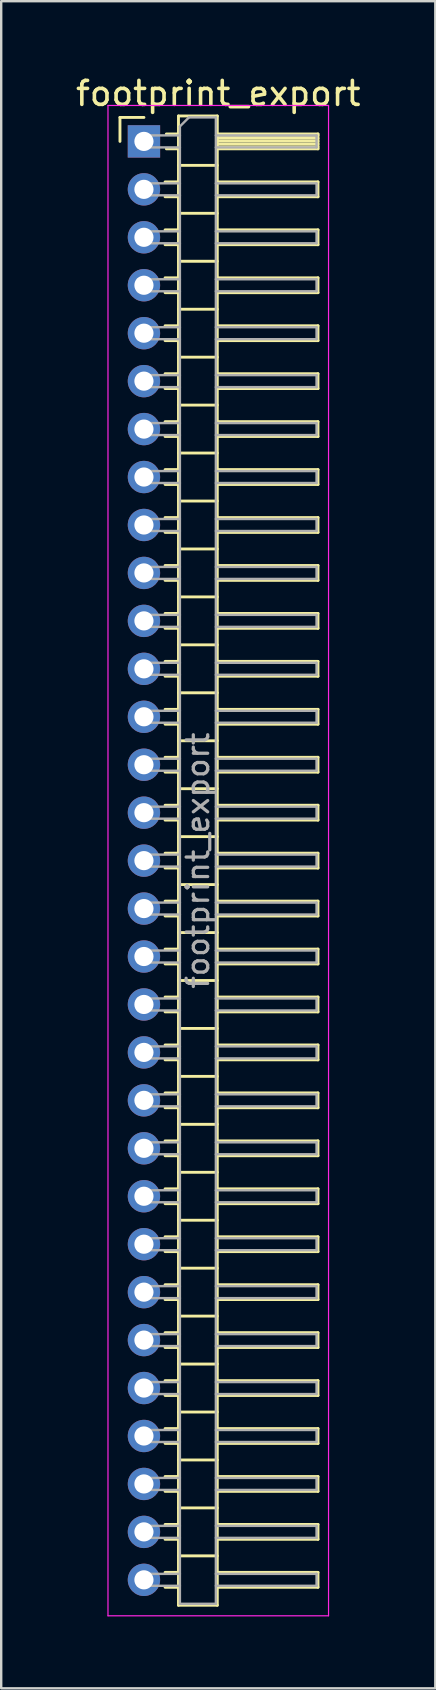
<source format=kicad_pcb>
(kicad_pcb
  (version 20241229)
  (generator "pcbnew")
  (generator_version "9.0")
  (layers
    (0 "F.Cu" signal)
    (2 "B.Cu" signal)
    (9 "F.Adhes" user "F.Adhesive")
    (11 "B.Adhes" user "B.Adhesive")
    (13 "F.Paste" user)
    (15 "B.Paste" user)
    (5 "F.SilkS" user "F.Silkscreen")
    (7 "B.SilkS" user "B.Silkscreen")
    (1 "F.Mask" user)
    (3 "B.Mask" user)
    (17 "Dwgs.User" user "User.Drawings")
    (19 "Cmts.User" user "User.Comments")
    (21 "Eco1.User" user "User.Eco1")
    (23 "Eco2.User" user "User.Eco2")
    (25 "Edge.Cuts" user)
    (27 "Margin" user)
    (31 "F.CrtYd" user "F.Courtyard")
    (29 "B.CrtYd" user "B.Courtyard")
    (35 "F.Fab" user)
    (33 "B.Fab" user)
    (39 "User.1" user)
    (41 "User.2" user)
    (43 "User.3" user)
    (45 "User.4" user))
  (footprint "footprint_export"
    (layer "F.Cu")
    (at 2.954 2.848)
    (property "Reference" "footprint_export" (at 3.1 -2 0) (layer "F.SilkS") (effects (font (size 1 1) (thickness 0.15))))
    (attr through_hole)
    (fp_line (start -1 -1) (end 0 -1) (stroke (width 0.12) (type solid)) (layer "F.SilkS"))
    (fp_line (start -1 0) (end -1 -1) (stroke (width 0.12) (type solid)) (layer "F.SilkS"))
    (fp_line (start 0.882 1.69) (end 1.44 1.69) (stroke (width 0.12) (type solid)) (layer "F.SilkS"))
    (fp_line (start 0.882 2.31) (end 1.44 2.31) (stroke (width 0.12) (type solid)) (layer "F.SilkS"))
    (fp_line (start 0.882 3.69) (end 1.44 3.69) (stroke (width 0.12) (type solid)) (layer "F.SilkS"))
    (fp_line (start 0.882 4.31) (end 1.44 4.31) (stroke (width 0.12) (type solid)) (layer "F.SilkS"))
    (fp_line (start 0.882 5.69) (end 1.44 5.69) (stroke (width 0.12) (type solid)) (layer "F.SilkS"))
    (fp_line (start 0.882 6.31) (end 1.44 6.31) (stroke (width 0.12) (type solid)) (layer "F.SilkS"))
    (fp_line (start 0.882 7.69) (end 1.44 7.69) (stroke (width 0.12) (type solid)) (layer "F.SilkS"))
    (fp_line (start 0.882 8.31) (end 1.44 8.31) (stroke (width 0.12) (type solid)) (layer "F.SilkS"))
    (fp_line (start 0.882 9.69) (end 1.44 9.69) (stroke (width 0.12) (type solid)) (layer "F.SilkS"))
    (fp_line (start 0.882 10.31) (end 1.44 10.31) (stroke (width 0.12) (type solid)) (layer "F.SilkS"))
    (fp_line (start 0.882 11.69) (end 1.44 11.69) (stroke (width 0.12) (type solid)) (layer "F.SilkS"))
    (fp_line (start 0.882 12.31) (end 1.44 12.31) (stroke (width 0.12) (type solid)) (layer "F.SilkS"))
    (fp_line (start 0.882 13.69) (end 1.44 13.69) (stroke (width 0.12) (type solid)) (layer "F.SilkS"))
    (fp_line (start 0.882 14.31) (end 1.44 14.31) (stroke (width 0.12) (type solid)) (layer "F.SilkS"))
    (fp_line (start 0.882 15.69) (end 1.44 15.69) (stroke (width 0.12) (type solid)) (layer "F.SilkS"))
    (fp_line (start 0.882 16.31) (end 1.44 16.31) (stroke (width 0.12) (type solid)) (layer "F.SilkS"))
    (fp_line (start 0.882 17.69) (end 1.44 17.69) (stroke (width 0.12) (type solid)) (layer "F.SilkS"))
    (fp_line (start 0.882 18.31) (end 1.44 18.31) (stroke (width 0.12) (type solid)) (layer "F.SilkS"))
    (fp_line (start 0.882 19.69) (end 1.44 19.69) (stroke (width 0.12) (type solid)) (layer "F.SilkS"))
    (fp_line (start 0.882 20.31) (end 1.44 20.31) (stroke (width 0.12) (type solid)) (layer "F.SilkS"))
    (fp_line (start 0.882 21.69) (end 1.44 21.69) (stroke (width 0.12) (type solid)) (layer "F.SilkS"))
    (fp_line (start 0.882 22.31) (end 1.44 22.31) (stroke (width 0.12) (type solid)) (layer "F.SilkS"))
    (fp_line (start 0.882 23.69) (end 1.44 23.69) (stroke (width 0.12) (type solid)) (layer "F.SilkS"))
    (fp_line (start 0.882 24.31) (end 1.44 24.31) (stroke (width 0.12) (type solid)) (layer "F.SilkS"))
    (fp_line (start 0.882 25.69) (end 1.44 25.69) (stroke (width 0.12) (type solid)) (layer "F.SilkS"))
    (fp_line (start 0.882 26.31) (end 1.44 26.31) (stroke (width 0.12) (type solid)) (layer "F.SilkS"))
    (fp_line (start 0.882 27.69) (end 1.44 27.69) (stroke (width 0.12) (type solid)) (layer "F.SilkS"))
    (fp_line (start 0.882 28.31) (end 1.44 28.31) (stroke (width 0.12) (type solid)) (layer "F.SilkS"))
    (fp_line (start 0.882 29.69) (end 1.44 29.69) (stroke (width 0.12) (type solid)) (layer "F.SilkS"))
    (fp_line (start 0.882 30.31) (end 1.44 30.31) (stroke (width 0.12) (type solid)) (layer "F.SilkS"))
    (fp_line (start 0.882 31.69) (end 1.44 31.69) (stroke (width 0.12) (type solid)) (layer "F.SilkS"))
    (fp_line (start 0.882 32.31) (end 1.44 32.31) (stroke (width 0.12) (type solid)) (layer "F.SilkS"))
    (fp_line (start 0.882 33.69) (end 1.44 33.69) (stroke (width 0.12) (type solid)) (layer "F.SilkS"))
    (fp_line (start 0.882 34.31) (end 1.44 34.31) (stroke (width 0.12) (type solid)) (layer "F.SilkS"))
    (fp_line (start 0.882 35.69) (end 1.44 35.69) (stroke (width 0.12) (type solid)) (layer "F.SilkS"))
    (fp_line (start 0.882 36.31) (end 1.44 36.31) (stroke (width 0.12) (type solid)) (layer "F.SilkS"))
    (fp_line (start 0.882 37.69) (end 1.44 37.69) (stroke (width 0.12) (type solid)) (layer "F.SilkS"))
    (fp_line (start 0.882 38.31) (end 1.44 38.31) (stroke (width 0.12) (type solid)) (layer "F.SilkS"))
    (fp_line (start 0.882 39.69) (end 1.44 39.69) (stroke (width 0.12) (type solid)) (layer "F.SilkS"))
    (fp_line (start 0.882 40.31) (end 1.44 40.31) (stroke (width 0.12) (type solid)) (layer "F.SilkS"))
    (fp_line (start 0.882 41.69) (end 1.44 41.69) (stroke (width 0.12) (type solid)) (layer "F.SilkS"))
    (fp_line (start 0.882 42.31) (end 1.44 42.31) (stroke (width 0.12) (type solid)) (layer "F.SilkS"))
    (fp_line (start 0.882 43.69) (end 1.44 43.69) (stroke (width 0.12) (type solid)) (layer "F.SilkS"))
    (fp_line (start 0.882 44.31) (end 1.44 44.31) (stroke (width 0.12) (type solid)) (layer "F.SilkS"))
    (fp_line (start 0.882 45.69) (end 1.44 45.69) (stroke (width 0.12) (type solid)) (layer "F.SilkS"))
    (fp_line (start 0.882 46.31) (end 1.44 46.31) (stroke (width 0.12) (type solid)) (layer "F.SilkS"))
    (fp_line (start 0.882 47.69) (end 1.44 47.69) (stroke (width 0.12) (type solid)) (layer "F.SilkS"))
    (fp_line (start 0.882 48.31) (end 1.44 48.31) (stroke (width 0.12) (type solid)) (layer "F.SilkS"))
    (fp_line (start 0.882 49.69) (end 1.44 49.69) (stroke (width 0.12) (type solid)) (layer "F.SilkS"))
    (fp_line (start 0.882 50.31) (end 1.44 50.31) (stroke (width 0.12) (type solid)) (layer "F.SilkS"))
    (fp_line (start 0.882 51.69) (end 1.44 51.69) (stroke (width 0.12) (type solid)) (layer "F.SilkS"))
    (fp_line (start 0.882 52.31) (end 1.44 52.31) (stroke (width 0.12) (type solid)) (layer "F.SilkS"))
    (fp_line (start 0.882 53.69) (end 1.44 53.69) (stroke (width 0.12) (type solid)) (layer "F.SilkS"))
    (fp_line (start 0.882 54.31) (end 1.44 54.31) (stroke (width 0.12) (type solid)) (layer "F.SilkS"))
    (fp_line (start 0.882 55.69) (end 1.44 55.69) (stroke (width 0.12) (type solid)) (layer "F.SilkS"))
    (fp_line (start 0.882 56.31) (end 1.44 56.31) (stroke (width 0.12) (type solid)) (layer "F.SilkS"))
    (fp_line (start 0.882 57.69) (end 1.44 57.69) (stroke (width 0.12) (type solid)) (layer "F.SilkS"))
    (fp_line (start 0.882 58.31) (end 1.44 58.31) (stroke (width 0.12) (type solid)) (layer "F.SilkS"))
    (fp_line (start 0.882 59.69) (end 1.44 59.69) (stroke (width 0.12) (type solid)) (layer "F.SilkS"))
    (fp_line (start 0.882 60.31) (end 1.44 60.31) (stroke (width 0.12) (type solid)) (layer "F.SilkS"))
    (fp_line (start 0.935 -0.31) (end 1.44 -0.31) (stroke (width 0.12) (type solid)) (layer "F.SilkS"))
    (fp_line (start 0.935 0.31) (end 1.44 0.31) (stroke (width 0.12) (type solid)) (layer "F.SilkS"))
    (fp_line (start 1.44 -1.06) (end 1.44 61.06) (stroke (width 0.12) (type solid)) (layer "F.SilkS"))
    (fp_line (start 1.44 1) (end 3.06 1) (stroke (width 0.12) (type solid)) (layer "F.SilkS"))
    (fp_line (start 1.44 3) (end 3.06 3) (stroke (width 0.12) (type solid)) (layer "F.SilkS"))
    (fp_line (start 1.44 5) (end 3.06 5) (stroke (width 0.12) (type solid)) (layer "F.SilkS"))
    (fp_line (start 1.44 7) (end 3.06 7) (stroke (width 0.12) (type solid)) (layer "F.SilkS"))
    (fp_line (start 1.44 9) (end 3.06 9) (stroke (width 0.12) (type solid)) (layer "F.SilkS"))
    (fp_line (start 1.44 11) (end 3.06 11) (stroke (width 0.12) (type solid)) (layer "F.SilkS"))
    (fp_line (start 1.44 13) (end 3.06 13) (stroke (width 0.12) (type solid)) (layer "F.SilkS"))
    (fp_line (start 1.44 15) (end 3.06 15) (stroke (width 0.12) (type solid)) (layer "F.SilkS"))
    (fp_line (start 1.44 17) (end 3.06 17) (stroke (width 0.12) (type solid)) (layer "F.SilkS"))
    (fp_line (start 1.44 19) (end 3.06 19) (stroke (width 0.12) (type solid)) (layer "F.SilkS"))
    (fp_line (start 1.44 21) (end 3.06 21) (stroke (width 0.12) (type solid)) (layer "F.SilkS"))
    (fp_line (start 1.44 23) (end 3.06 23) (stroke (width 0.12) (type solid)) (layer "F.SilkS"))
    (fp_line (start 1.44 25) (end 3.06 25) (stroke (width 0.12) (type solid)) (layer "F.SilkS"))
    (fp_line (start 1.44 27) (end 3.06 27) (stroke (width 0.12) (type solid)) (layer "F.SilkS"))
    (fp_line (start 1.44 29) (end 3.06 29) (stroke (width 0.12) (type solid)) (layer "F.SilkS"))
    (fp_line (start 1.44 31) (end 3.06 31) (stroke (width 0.12) (type solid)) (layer "F.SilkS"))
    (fp_line (start 1.44 33) (end 3.06 33) (stroke (width 0.12) (type solid)) (layer "F.SilkS"))
    (fp_line (start 1.44 35) (end 3.06 35) (stroke (width 0.12) (type solid)) (layer "F.SilkS"))
    (fp_line (start 1.44 37) (end 3.06 37) (stroke (width 0.12) (type solid)) (layer "F.SilkS"))
    (fp_line (start 1.44 39) (end 3.06 39) (stroke (width 0.12) (type solid)) (layer "F.SilkS"))
    (fp_line (start 1.44 41) (end 3.06 41) (stroke (width 0.12) (type solid)) (layer "F.SilkS"))
    (fp_line (start 1.44 43) (end 3.06 43) (stroke (width 0.12) (type solid)) (layer "F.SilkS"))
    (fp_line (start 1.44 45) (end 3.06 45) (stroke (width 0.12) (type solid)) (layer "F.SilkS"))
    (fp_line (start 1.44 47) (end 3.06 47) (stroke (width 0.12) (type solid)) (layer "F.SilkS"))
    (fp_line (start 1.44 49) (end 3.06 49) (stroke (width 0.12) (type solid)) (layer "F.SilkS"))
    (fp_line (start 1.44 51) (end 3.06 51) (stroke (width 0.12) (type solid)) (layer "F.SilkS"))
    (fp_line (start 1.44 53) (end 3.06 53) (stroke (width 0.12) (type solid)) (layer "F.SilkS"))
    (fp_line (start 1.44 55) (end 3.06 55) (stroke (width 0.12) (type solid)) (layer "F.SilkS"))
    (fp_line (start 1.44 57) (end 3.06 57) (stroke (width 0.12) (type solid)) (layer "F.SilkS"))
    (fp_line (start 1.44 59) (end 3.06 59) (stroke (width 0.12) (type solid)) (layer "F.SilkS"))
    (fp_line (start 1.44 61.06) (end 3.06 61.06) (stroke (width 0.12) (type solid)) (layer "F.SilkS"))
    (fp_line (start 3.06 -1.06) (end 1.44 -1.06) (stroke (width 0.12) (type solid)) (layer "F.SilkS"))
    (fp_line (start 3.06 -0.31) (end 7.26 -0.31) (stroke (width 0.12) (type solid)) (layer "F.SilkS"))
    (fp_line (start 3.06 -0.25) (end 7.26 -0.25) (stroke (width 0.12) (type solid)) (layer "F.SilkS"))
    (fp_line (start 3.06 -0.13) (end 7.26 -0.13) (stroke (width 0.12) (type solid)) (layer "F.SilkS"))
    (fp_line (start 3.06 -0.01) (end 7.26 -0.01) (stroke (width 0.12) (type solid)) (layer "F.SilkS"))
    (fp_line (start 3.06 0.11) (end 7.26 0.11) (stroke (width 0.12) (type solid)) (layer "F.SilkS"))
    (fp_line (start 3.06 0.23) (end 7.26 0.23) (stroke (width 0.12) (type solid)) (layer "F.SilkS"))
    (fp_line (start 3.06 1.69) (end 7.26 1.69) (stroke (width 0.12) (type solid)) (layer "F.SilkS"))
    (fp_line (start 3.06 3.69) (end 7.26 3.69) (stroke (width 0.12) (type solid)) (layer "F.SilkS"))
    (fp_line (start 3.06 5.69) (end 7.26 5.69) (stroke (width 0.12) (type solid)) (layer "F.SilkS"))
    (fp_line (start 3.06 7.69) (end 7.26 7.69) (stroke (width 0.12) (type solid)) (layer "F.SilkS"))
    (fp_line (start 3.06 9.69) (end 7.26 9.69) (stroke (width 0.12) (type solid)) (layer "F.SilkS"))
    (fp_line (start 3.06 11.69) (end 7.26 11.69) (stroke (width 0.12) (type solid)) (layer "F.SilkS"))
    (fp_line (start 3.06 13.69) (end 7.26 13.69) (stroke (width 0.12) (type solid)) (layer "F.SilkS"))
    (fp_line (start 3.06 15.69) (end 7.26 15.69) (stroke (width 0.12) (type solid)) (layer "F.SilkS"))
    (fp_line (start 3.06 17.69) (end 7.26 17.69) (stroke (width 0.12) (type solid)) (layer "F.SilkS"))
    (fp_line (start 3.06 19.69) (end 7.26 19.69) (stroke (width 0.12) (type solid)) (layer "F.SilkS"))
    (fp_line (start 3.06 21.69) (end 7.26 21.69) (stroke (width 0.12) (type solid)) (layer "F.SilkS"))
    (fp_line (start 3.06 23.69) (end 7.26 23.69) (stroke (width 0.12) (type solid)) (layer "F.SilkS"))
    (fp_line (start 3.06 25.69) (end 7.26 25.69) (stroke (width 0.12) (type solid)) (layer "F.SilkS"))
    (fp_line (start 3.06 27.69) (end 7.26 27.69) (stroke (width 0.12) (type solid)) (layer "F.SilkS"))
    (fp_line (start 3.06 29.69) (end 7.26 29.69) (stroke (width 0.12) (type solid)) (layer "F.SilkS"))
    (fp_line (start 3.06 31.69) (end 7.26 31.69) (stroke (width 0.12) (type solid)) (layer "F.SilkS"))
    (fp_line (start 3.06 33.69) (end 7.26 33.69) (stroke (width 0.12) (type solid)) (layer "F.SilkS"))
    (fp_line (start 3.06 35.69) (end 7.26 35.69) (stroke (width 0.12) (type solid)) (layer "F.SilkS"))
    (fp_line (start 3.06 37.69) (end 7.26 37.69) (stroke (width 0.12) (type solid)) (layer "F.SilkS"))
    (fp_line (start 3.06 39.69) (end 7.26 39.69) (stroke (width 0.12) (type solid)) (layer "F.SilkS"))
    (fp_line (start 3.06 41.69) (end 7.26 41.69) (stroke (width 0.12) (type solid)) (layer "F.SilkS"))
    (fp_line (start 3.06 43.69) (end 7.26 43.69) (stroke (width 0.12) (type solid)) (layer "F.SilkS"))
    (fp_line (start 3.06 45.69) (end 7.26 45.69) (stroke (width 0.12) (type solid)) (layer "F.SilkS"))
    (fp_line (start 3.06 47.69) (end 7.26 47.69) (stroke (width 0.12) (type solid)) (layer "F.SilkS"))
    (fp_line (start 3.06 49.69) (end 7.26 49.69) (stroke (width 0.12) (type solid)) (layer "F.SilkS"))
    (fp_line (start 3.06 51.69) (end 7.26 51.69) (stroke (width 0.12) (type solid)) (layer "F.SilkS"))
    (fp_line (start 3.06 53.69) (end 7.26 53.69) (stroke (width 0.12) (type solid)) (layer "F.SilkS"))
    (fp_line (start 3.06 55.69) (end 7.26 55.69) (stroke (width 0.12) (type solid)) (layer "F.SilkS"))
    (fp_line (start 3.06 57.69) (end 7.26 57.69) (stroke (width 0.12) (type solid)) (layer "F.SilkS"))
    (fp_line (start 3.06 59.69) (end 7.26 59.69) (stroke (width 0.12) (type solid)) (layer "F.SilkS"))
    (fp_line (start 3.06 61.06) (end 3.06 -1.06) (stroke (width 0.12) (type solid)) (layer "F.SilkS"))
    (fp_line (start 7.26 -0.31) (end 7.26 0.31) (stroke (width 0.12) (type solid)) (layer "F.SilkS"))
    (fp_line (start 7.26 0.31) (end 3.06 0.31) (stroke (width 0.12) (type solid)) (layer "F.SilkS"))
    (fp_line (start 7.26 1.69) (end 7.26 2.31) (stroke (width 0.12) (type solid)) (layer "F.SilkS"))
    (fp_line (start 7.26 2.31) (end 3.06 2.31) (stroke (width 0.12) (type solid)) (layer "F.SilkS"))
    (fp_line (start 7.26 3.69) (end 7.26 4.31) (stroke (width 0.12) (type solid)) (layer "F.SilkS"))
    (fp_line (start 7.26 4.31) (end 3.06 4.31) (stroke (width 0.12) (type solid)) (layer "F.SilkS"))
    (fp_line (start 7.26 5.69) (end 7.26 6.31) (stroke (width 0.12) (type solid)) (layer "F.SilkS"))
    (fp_line (start 7.26 6.31) (end 3.06 6.31) (stroke (width 0.12) (type solid)) (layer "F.SilkS"))
    (fp_line (start 7.26 7.69) (end 7.26 8.31) (stroke (width 0.12) (type solid)) (layer "F.SilkS"))
    (fp_line (start 7.26 8.31) (end 3.06 8.31) (stroke (width 0.12) (type solid)) (layer "F.SilkS"))
    (fp_line (start 7.26 9.69) (end 7.26 10.31) (stroke (width 0.12) (type solid)) (layer "F.SilkS"))
    (fp_line (start 7.26 10.31) (end 3.06 10.31) (stroke (width 0.12) (type solid)) (layer "F.SilkS"))
    (fp_line (start 7.26 11.69) (end 7.26 12.31) (stroke (width 0.12) (type solid)) (layer "F.SilkS"))
    (fp_line (start 7.26 12.31) (end 3.06 12.31) (stroke (width 0.12) (type solid)) (layer "F.SilkS"))
    (fp_line (start 7.26 13.69) (end 7.26 14.31) (stroke (width 0.12) (type solid)) (layer "F.SilkS"))
    (fp_line (start 7.26 14.31) (end 3.06 14.31) (stroke (width 0.12) (type solid)) (layer "F.SilkS"))
    (fp_line (start 7.26 15.69) (end 7.26 16.31) (stroke (width 0.12) (type solid)) (layer "F.SilkS"))
    (fp_line (start 7.26 16.31) (end 3.06 16.31) (stroke (width 0.12) (type solid)) (layer "F.SilkS"))
    (fp_line (start 7.26 17.69) (end 7.26 18.31) (stroke (width 0.12) (type solid)) (layer "F.SilkS"))
    (fp_line (start 7.26 18.31) (end 3.06 18.31) (stroke (width 0.12) (type solid)) (layer "F.SilkS"))
    (fp_line (start 7.26 19.69) (end 7.26 20.31) (stroke (width 0.12) (type solid)) (layer "F.SilkS"))
    (fp_line (start 7.26 20.31) (end 3.06 20.31) (stroke (width 0.12) (type solid)) (layer "F.SilkS"))
    (fp_line (start 7.26 21.69) (end 7.26 22.31) (stroke (width 0.12) (type solid)) (layer "F.SilkS"))
    (fp_line (start 7.26 22.31) (end 3.06 22.31) (stroke (width 0.12) (type solid)) (layer "F.SilkS"))
    (fp_line (start 7.26 23.69) (end 7.26 24.31) (stroke (width 0.12) (type solid)) (layer "F.SilkS"))
    (fp_line (start 7.26 24.31) (end 3.06 24.31) (stroke (width 0.12) (type solid)) (layer "F.SilkS"))
    (fp_line (start 7.26 25.69) (end 7.26 26.31) (stroke (width 0.12) (type solid)) (layer "F.SilkS"))
    (fp_line (start 7.26 26.31) (end 3.06 26.31) (stroke (width 0.12) (type solid)) (layer "F.SilkS"))
    (fp_line (start 7.26 27.69) (end 7.26 28.31) (stroke (width 0.12) (type solid)) (layer "F.SilkS"))
    (fp_line (start 7.26 28.31) (end 3.06 28.31) (stroke (width 0.12) (type solid)) (layer "F.SilkS"))
    (fp_line (start 7.26 29.69) (end 7.26 30.31) (stroke (width 0.12) (type solid)) (layer "F.SilkS"))
    (fp_line (start 7.26 30.31) (end 3.06 30.31) (stroke (width 0.12) (type solid)) (layer "F.SilkS"))
    (fp_line (start 7.26 31.69) (end 7.26 32.31) (stroke (width 0.12) (type solid)) (layer "F.SilkS"))
    (fp_line (start 7.26 32.31) (end 3.06 32.31) (stroke (width 0.12) (type solid)) (layer "F.SilkS"))
    (fp_line (start 7.26 33.69) (end 7.26 34.31) (stroke (width 0.12) (type solid)) (layer "F.SilkS"))
    (fp_line (start 7.26 34.31) (end 3.06 34.31) (stroke (width 0.12) (type solid)) (layer "F.SilkS"))
    (fp_line (start 7.26 35.69) (end 7.26 36.31) (stroke (width 0.12) (type solid)) (layer "F.SilkS"))
    (fp_line (start 7.26 36.31) (end 3.06 36.31) (stroke (width 0.12) (type solid)) (layer "F.SilkS"))
    (fp_line (start 7.26 37.69) (end 7.26 38.31) (stroke (width 0.12) (type solid)) (layer "F.SilkS"))
    (fp_line (start 7.26 38.31) (end 3.06 38.31) (stroke (width 0.12) (type solid)) (layer "F.SilkS"))
    (fp_line (start 7.26 39.69) (end 7.26 40.31) (stroke (width 0.12) (type solid)) (layer "F.SilkS"))
    (fp_line (start 7.26 40.31) (end 3.06 40.31) (stroke (width 0.12) (type solid)) (layer "F.SilkS"))
    (fp_line (start 7.26 41.69) (end 7.26 42.31) (stroke (width 0.12) (type solid)) (layer "F.SilkS"))
    (fp_line (start 7.26 42.31) (end 3.06 42.31) (stroke (width 0.12) (type solid)) (layer "F.SilkS"))
    (fp_line (start 7.26 43.69) (end 7.26 44.31) (stroke (width 0.12) (type solid)) (layer "F.SilkS"))
    (fp_line (start 7.26 44.31) (end 3.06 44.31) (stroke (width 0.12) (type solid)) (layer "F.SilkS"))
    (fp_line (start 7.26 45.69) (end 7.26 46.31) (stroke (width 0.12) (type solid)) (layer "F.SilkS"))
    (fp_line (start 7.26 46.31) (end 3.06 46.31) (stroke (width 0.12) (type solid)) (layer "F.SilkS"))
    (fp_line (start 7.26 47.69) (end 7.26 48.31) (stroke (width 0.12) (type solid)) (layer "F.SilkS"))
    (fp_line (start 7.26 48.31) (end 3.06 48.31) (stroke (width 0.12) (type solid)) (layer "F.SilkS"))
    (fp_line (start 7.26 49.69) (end 7.26 50.31) (stroke (width 0.12) (type solid)) (layer "F.SilkS"))
    (fp_line (start 7.26 50.31) (end 3.06 50.31) (stroke (width 0.12) (type solid)) (layer "F.SilkS"))
    (fp_line (start 7.26 51.69) (end 7.26 52.31) (stroke (width 0.12) (type solid)) (layer "F.SilkS"))
    (fp_line (start 7.26 52.31) (end 3.06 52.31) (stroke (width 0.12) (type solid)) (layer "F.SilkS"))
    (fp_line (start 7.26 53.69) (end 7.26 54.31) (stroke (width 0.12) (type solid)) (layer "F.SilkS"))
    (fp_line (start 7.26 54.31) (end 3.06 54.31) (stroke (width 0.12) (type solid)) (layer "F.SilkS"))
    (fp_line (start 7.26 55.69) (end 7.26 56.31) (stroke (width 0.12) (type solid)) (layer "F.SilkS"))
    (fp_line (start 7.26 56.31) (end 3.06 56.31) (stroke (width 0.12) (type solid)) (layer "F.SilkS"))
    (fp_line (start 7.26 57.69) (end 7.26 58.31) (stroke (width 0.12) (type solid)) (layer "F.SilkS"))
    (fp_line (start 7.26 58.31) (end 3.06 58.31) (stroke (width 0.12) (type solid)) (layer "F.SilkS"))
    (fp_line (start 7.26 59.69) (end 7.26 60.31) (stroke (width 0.12) (type solid)) (layer "F.SilkS"))
    (fp_line (start 7.26 60.31) (end 3.06 60.31) (stroke (width 0.12) (type solid)) (layer "F.SilkS"))
    (fp_line (start -1.5 -1.5) (end -1.5 61.5) (stroke (width 0.05) (type solid)) (layer "F.CrtYd"))
    (fp_line (start -1.5 61.5) (end 7.7 61.5) (stroke (width 0.05) (type solid)) (layer "F.CrtYd"))
    (fp_line (start 7.7 -1.5) (end -1.5 -1.5) (stroke (width 0.05) (type solid)) (layer "F.CrtYd"))
    (fp_line (start 7.7 61.5) (end 7.7 -1.5) (stroke (width 0.05) (type solid)) (layer "F.CrtYd"))
    (fp_line (start -0.25 -0.25) (end -0.25 0.25) (stroke (width 0.1) (type solid)) (layer "F.Fab"))
    (fp_line (start -0.25 -0.25) (end 1.5 -0.25) (stroke (width 0.1) (type solid)) (layer "F.Fab"))
    (fp_line (start -0.25 0.25) (end 1.5 0.25) (stroke (width 0.1) (type solid)) (layer "F.Fab"))
    (fp_line (start -0.25 1.75) (end -0.25 2.25) (stroke (width 0.1) (type solid)) (layer "F.Fab"))
    (fp_line (start -0.25 1.75) (end 1.5 1.75) (stroke (width 0.1) (type solid)) (layer "F.Fab"))
    (fp_line (start -0.25 2.25) (end 1.5 2.25) (stroke (width 0.1) (type solid)) (layer "F.Fab"))
    (fp_line (start -0.25 3.75) (end -0.25 4.25) (stroke (width 0.1) (type solid)) (layer "F.Fab"))
    (fp_line (start -0.25 3.75) (end 1.5 3.75) (stroke (width 0.1) (type solid)) (layer "F.Fab"))
    (fp_line (start -0.25 4.25) (end 1.5 4.25) (stroke (width 0.1) (type solid)) (layer "F.Fab"))
    (fp_line (start -0.25 5.75) (end -0.25 6.25) (stroke (width 0.1) (type solid)) (layer "F.Fab"))
    (fp_line (start -0.25 5.75) (end 1.5 5.75) (stroke (width 0.1) (type solid)) (layer "F.Fab"))
    (fp_line (start -0.25 6.25) (end 1.5 6.25) (stroke (width 0.1) (type solid)) (layer "F.Fab"))
    (fp_line (start -0.25 7.75) (end -0.25 8.25) (stroke (width 0.1) (type solid)) (layer "F.Fab"))
    (fp_line (start -0.25 7.75) (end 1.5 7.75) (stroke (width 0.1) (type solid)) (layer "F.Fab"))
    (fp_line (start -0.25 8.25) (end 1.5 8.25) (stroke (width 0.1) (type solid)) (layer "F.Fab"))
    (fp_line (start -0.25 9.75) (end -0.25 10.25) (stroke (width 0.1) (type solid)) (layer "F.Fab"))
    (fp_line (start -0.25 9.75) (end 1.5 9.75) (stroke (width 0.1) (type solid)) (layer "F.Fab"))
    (fp_line (start -0.25 10.25) (end 1.5 10.25) (stroke (width 0.1) (type solid)) (layer "F.Fab"))
    (fp_line (start -0.25 11.75) (end -0.25 12.25) (stroke (width 0.1) (type solid)) (layer "F.Fab"))
    (fp_line (start -0.25 11.75) (end 1.5 11.75) (stroke (width 0.1) (type solid)) (layer "F.Fab"))
    (fp_line (start -0.25 12.25) (end 1.5 12.25) (stroke (width 0.1) (type solid)) (layer "F.Fab"))
    (fp_line (start -0.25 13.75) (end -0.25 14.25) (stroke (width 0.1) (type solid)) (layer "F.Fab"))
    (fp_line (start -0.25 13.75) (end 1.5 13.75) (stroke (width 0.1) (type solid)) (layer "F.Fab"))
    (fp_line (start -0.25 14.25) (end 1.5 14.25) (stroke (width 0.1) (type solid)) (layer "F.Fab"))
    (fp_line (start -0.25 15.75) (end -0.25 16.25) (stroke (width 0.1) (type solid)) (layer "F.Fab"))
    (fp_line (start -0.25 15.75) (end 1.5 15.75) (stroke (width 0.1) (type solid)) (layer "F.Fab"))
    (fp_line (start -0.25 16.25) (end 1.5 16.25) (stroke (width 0.1) (type solid)) (layer "F.Fab"))
    (fp_line (start -0.25 17.75) (end -0.25 18.25) (stroke (width 0.1) (type solid)) (layer "F.Fab"))
    (fp_line (start -0.25 17.75) (end 1.5 17.75) (stroke (width 0.1) (type solid)) (layer "F.Fab"))
    (fp_line (start -0.25 18.25) (end 1.5 18.25) (stroke (width 0.1) (type solid)) (layer "F.Fab"))
    (fp_line (start -0.25 19.75) (end -0.25 20.25) (stroke (width 0.1) (type solid)) (layer "F.Fab"))
    (fp_line (start -0.25 19.75) (end 1.5 19.75) (stroke (width 0.1) (type solid)) (layer "F.Fab"))
    (fp_line (start -0.25 20.25) (end 1.5 20.25) (stroke (width 0.1) (type solid)) (layer "F.Fab"))
    (fp_line (start -0.25 21.75) (end -0.25 22.25) (stroke (width 0.1) (type solid)) (layer "F.Fab"))
    (fp_line (start -0.25 21.75) (end 1.5 21.75) (stroke (width 0.1) (type solid)) (layer "F.Fab"))
    (fp_line (start -0.25 22.25) (end 1.5 22.25) (stroke (width 0.1) (type solid)) (layer "F.Fab"))
    (fp_line (start -0.25 23.75) (end -0.25 24.25) (stroke (width 0.1) (type solid)) (layer "F.Fab"))
    (fp_line (start -0.25 23.75) (end 1.5 23.75) (stroke (width 0.1) (type solid)) (layer "F.Fab"))
    (fp_line (start -0.25 24.25) (end 1.5 24.25) (stroke (width 0.1) (type solid)) (layer "F.Fab"))
    (fp_line (start -0.25 25.75) (end -0.25 26.25) (stroke (width 0.1) (type solid)) (layer "F.Fab"))
    (fp_line (start -0.25 25.75) (end 1.5 25.75) (stroke (width 0.1) (type solid)) (layer "F.Fab"))
    (fp_line (start -0.25 26.25) (end 1.5 26.25) (stroke (width 0.1) (type solid)) (layer "F.Fab"))
    (fp_line (start -0.25 27.75) (end -0.25 28.25) (stroke (width 0.1) (type solid)) (layer "F.Fab"))
    (fp_line (start -0.25 27.75) (end 1.5 27.75) (stroke (width 0.1) (type solid)) (layer "F.Fab"))
    (fp_line (start -0.25 28.25) (end 1.5 28.25) (stroke (width 0.1) (type solid)) (layer "F.Fab"))
    (fp_line (start -0.25 29.75) (end -0.25 30.25) (stroke (width 0.1) (type solid)) (layer "F.Fab"))
    (fp_line (start -0.25 29.75) (end 1.5 29.75) (stroke (width 0.1) (type solid)) (layer "F.Fab"))
    (fp_line (start -0.25 30.25) (end 1.5 30.25) (stroke (width 0.1) (type solid)) (layer "F.Fab"))
    (fp_line (start -0.25 31.75) (end -0.25 32.25) (stroke (width 0.1) (type solid)) (layer "F.Fab"))
    (fp_line (start -0.25 31.75) (end 1.5 31.75) (stroke (width 0.1) (type solid)) (layer "F.Fab"))
    (fp_line (start -0.25 32.25) (end 1.5 32.25) (stroke (width 0.1) (type solid)) (layer "F.Fab"))
    (fp_line (start -0.25 33.75) (end -0.25 34.25) (stroke (width 0.1) (type solid)) (layer "F.Fab"))
    (fp_line (start -0.25 33.75) (end 1.5 33.75) (stroke (width 0.1) (type solid)) (layer "F.Fab"))
    (fp_line (start -0.25 34.25) (end 1.5 34.25) (stroke (width 0.1) (type solid)) (layer "F.Fab"))
    (fp_line (start -0.25 35.75) (end -0.25 36.25) (stroke (width 0.1) (type solid)) (layer "F.Fab"))
    (fp_line (start -0.25 35.75) (end 1.5 35.75) (stroke (width 0.1) (type solid)) (layer "F.Fab"))
    (fp_line (start -0.25 36.25) (end 1.5 36.25) (stroke (width 0.1) (type solid)) (layer "F.Fab"))
    (fp_line (start -0.25 37.75) (end -0.25 38.25) (stroke (width 0.1) (type solid)) (layer "F.Fab"))
    (fp_line (start -0.25 37.75) (end 1.5 37.75) (stroke (width 0.1) (type solid)) (layer "F.Fab"))
    (fp_line (start -0.25 38.25) (end 1.5 38.25) (stroke (width 0.1) (type solid)) (layer "F.Fab"))
    (fp_line (start -0.25 39.75) (end -0.25 40.25) (stroke (width 0.1) (type solid)) (layer "F.Fab"))
    (fp_line (start -0.25 39.75) (end 1.5 39.75) (stroke (width 0.1) (type solid)) (layer "F.Fab"))
    (fp_line (start -0.25 40.25) (end 1.5 40.25) (stroke (width 0.1) (type solid)) (layer "F.Fab"))
    (fp_line (start -0.25 41.75) (end -0.25 42.25) (stroke (width 0.1) (type solid)) (layer "F.Fab"))
    (fp_line (start -0.25 41.75) (end 1.5 41.75) (stroke (width 0.1) (type solid)) (layer "F.Fab"))
    (fp_line (start -0.25 42.25) (end 1.5 42.25) (stroke (width 0.1) (type solid)) (layer "F.Fab"))
    (fp_line (start -0.25 43.75) (end -0.25 44.25) (stroke (width 0.1) (type solid)) (layer "F.Fab"))
    (fp_line (start -0.25 43.75) (end 1.5 43.75) (stroke (width 0.1) (type solid)) (layer "F.Fab"))
    (fp_line (start -0.25 44.25) (end 1.5 44.25) (stroke (width 0.1) (type solid)) (layer "F.Fab"))
    (fp_line (start -0.25 45.75) (end -0.25 46.25) (stroke (width 0.1) (type solid)) (layer "F.Fab"))
    (fp_line (start -0.25 45.75) (end 1.5 45.75) (stroke (width 0.1) (type solid)) (layer "F.Fab"))
    (fp_line (start -0.25 46.25) (end 1.5 46.25) (stroke (width 0.1) (type solid)) (layer "F.Fab"))
    (fp_line (start -0.25 47.75) (end -0.25 48.25) (stroke (width 0.1) (type solid)) (layer "F.Fab"))
    (fp_line (start -0.25 47.75) (end 1.5 47.75) (stroke (width 0.1) (type solid)) (layer "F.Fab"))
    (fp_line (start -0.25 48.25) (end 1.5 48.25) (stroke (width 0.1) (type solid)) (layer "F.Fab"))
    (fp_line (start -0.25 49.75) (end -0.25 50.25) (stroke (width 0.1) (type solid)) (layer "F.Fab"))
    (fp_line (start -0.25 49.75) (end 1.5 49.75) (stroke (width 0.1) (type solid)) (layer "F.Fab"))
    (fp_line (start -0.25 50.25) (end 1.5 50.25) (stroke (width 0.1) (type solid)) (layer "F.Fab"))
    (fp_line (start -0.25 51.75) (end -0.25 52.25) (stroke (width 0.1) (type solid)) (layer "F.Fab"))
    (fp_line (start -0.25 51.75) (end 1.5 51.75) (stroke (width 0.1) (type solid)) (layer "F.Fab"))
    (fp_line (start -0.25 52.25) (end 1.5 52.25) (stroke (width 0.1) (type solid)) (layer "F.Fab"))
    (fp_line (start -0.25 53.75) (end -0.25 54.25) (stroke (width 0.1) (type solid)) (layer "F.Fab"))
    (fp_line (start -0.25 53.75) (end 1.5 53.75) (stroke (width 0.1) (type solid)) (layer "F.Fab"))
    (fp_line (start -0.25 54.25) (end 1.5 54.25) (stroke (width 0.1) (type solid)) (layer "F.Fab"))
    (fp_line (start -0.25 55.75) (end -0.25 56.25) (stroke (width 0.1) (type solid)) (layer "F.Fab"))
    (fp_line (start -0.25 55.75) (end 1.5 55.75) (stroke (width 0.1) (type solid)) (layer "F.Fab"))
    (fp_line (start -0.25 56.25) (end 1.5 56.25) (stroke (width 0.1) (type solid)) (layer "F.Fab"))
    (fp_line (start -0.25 57.75) (end -0.25 58.25) (stroke (width 0.1) (type solid)) (layer "F.Fab"))
    (fp_line (start -0.25 57.75) (end 1.5 57.75) (stroke (width 0.1) (type solid)) (layer "F.Fab"))
    (fp_line (start -0.25 58.25) (end 1.5 58.25) (stroke (width 0.1) (type solid)) (layer "F.Fab"))
    (fp_line (start -0.25 59.75) (end -0.25 60.25) (stroke (width 0.1) (type solid)) (layer "F.Fab"))
    (fp_line (start -0.25 59.75) (end 1.5 59.75) (stroke (width 0.1) (type solid)) (layer "F.Fab"))
    (fp_line (start -0.25 60.25) (end 1.5 60.25) (stroke (width 0.1) (type solid)) (layer "F.Fab"))
    (fp_line (start 1.5 -0.625) (end 1.875 -1) (stroke (width 0.1) (type solid)) (layer "F.Fab"))
    (fp_line (start 1.5 61) (end 1.5 -0.625) (stroke (width 0.1) (type solid)) (layer "F.Fab"))
    (fp_line (start 1.875 -1) (end 3 -1) (stroke (width 0.1) (type solid)) (layer "F.Fab"))
    (fp_line (start 3 -1) (end 3 61) (stroke (width 0.1) (type solid)) (layer "F.Fab"))
    (fp_line (start 3 -0.25) (end 7.2 -0.25) (stroke (width 0.1) (type solid)) (layer "F.Fab"))
    (fp_line (start 3 0.25) (end 7.2 0.25) (stroke (width 0.1) (type solid)) (layer "F.Fab"))
    (fp_line (start 3 1.75) (end 7.2 1.75) (stroke (width 0.1) (type solid)) (layer "F.Fab"))
    (fp_line (start 3 2.25) (end 7.2 2.25) (stroke (width 0.1) (type solid)) (layer "F.Fab"))
    (fp_line (start 3 3.75) (end 7.2 3.75) (stroke (width 0.1) (type solid)) (layer "F.Fab"))
    (fp_line (start 3 4.25) (end 7.2 4.25) (stroke (width 0.1) (type solid)) (layer "F.Fab"))
    (fp_line (start 3 5.75) (end 7.2 5.75) (stroke (width 0.1) (type solid)) (layer "F.Fab"))
    (fp_line (start 3 6.25) (end 7.2 6.25) (stroke (width 0.1) (type solid)) (layer "F.Fab"))
    (fp_line (start 3 7.75) (end 7.2 7.75) (stroke (width 0.1) (type solid)) (layer "F.Fab"))
    (fp_line (start 3 8.25) (end 7.2 8.25) (stroke (width 0.1) (type solid)) (layer "F.Fab"))
    (fp_line (start 3 9.75) (end 7.2 9.75) (stroke (width 0.1) (type solid)) (layer "F.Fab"))
    (fp_line (start 3 10.25) (end 7.2 10.25) (stroke (width 0.1) (type solid)) (layer "F.Fab"))
    (fp_line (start 3 11.75) (end 7.2 11.75) (stroke (width 0.1) (type solid)) (layer "F.Fab"))
    (fp_line (start 3 12.25) (end 7.2 12.25) (stroke (width 0.1) (type solid)) (layer "F.Fab"))
    (fp_line (start 3 13.75) (end 7.2 13.75) (stroke (width 0.1) (type solid)) (layer "F.Fab"))
    (fp_line (start 3 14.25) (end 7.2 14.25) (stroke (width 0.1) (type solid)) (layer "F.Fab"))
    (fp_line (start 3 15.75) (end 7.2 15.75) (stroke (width 0.1) (type solid)) (layer "F.Fab"))
    (fp_line (start 3 16.25) (end 7.2 16.25) (stroke (width 0.1) (type solid)) (layer "F.Fab"))
    (fp_line (start 3 17.75) (end 7.2 17.75) (stroke (width 0.1) (type solid)) (layer "F.Fab"))
    (fp_line (start 3 18.25) (end 7.2 18.25) (stroke (width 0.1) (type solid)) (layer "F.Fab"))
    (fp_line (start 3 19.75) (end 7.2 19.75) (stroke (width 0.1) (type solid)) (layer "F.Fab"))
    (fp_line (start 3 20.25) (end 7.2 20.25) (stroke (width 0.1) (type solid)) (layer "F.Fab"))
    (fp_line (start 3 21.75) (end 7.2 21.75) (stroke (width 0.1) (type solid)) (layer "F.Fab"))
    (fp_line (start 3 22.25) (end 7.2 22.25) (stroke (width 0.1) (type solid)) (layer "F.Fab"))
    (fp_line (start 3 23.75) (end 7.2 23.75) (stroke (width 0.1) (type solid)) (layer "F.Fab"))
    (fp_line (start 3 24.25) (end 7.2 24.25) (stroke (width 0.1) (type solid)) (layer "F.Fab"))
    (fp_line (start 3 25.75) (end 7.2 25.75) (stroke (width 0.1) (type solid)) (layer "F.Fab"))
    (fp_line (start 3 26.25) (end 7.2 26.25) (stroke (width 0.1) (type solid)) (layer "F.Fab"))
    (fp_line (start 3 27.75) (end 7.2 27.75) (stroke (width 0.1) (type solid)) (layer "F.Fab"))
    (fp_line (start 3 28.25) (end 7.2 28.25) (stroke (width 0.1) (type solid)) (layer "F.Fab"))
    (fp_line (start 3 29.75) (end 7.2 29.75) (stroke (width 0.1) (type solid)) (layer "F.Fab"))
    (fp_line (start 3 30.25) (end 7.2 30.25) (stroke (width 0.1) (type solid)) (layer "F.Fab"))
    (fp_line (start 3 31.75) (end 7.2 31.75) (stroke (width 0.1) (type solid)) (layer "F.Fab"))
    (fp_line (start 3 32.25) (end 7.2 32.25) (stroke (width 0.1) (type solid)) (layer "F.Fab"))
    (fp_line (start 3 33.75) (end 7.2 33.75) (stroke (width 0.1) (type solid)) (layer "F.Fab"))
    (fp_line (start 3 34.25) (end 7.2 34.25) (stroke (width 0.1) (type solid)) (layer "F.Fab"))
    (fp_line (start 3 35.75) (end 7.2 35.75) (stroke (width 0.1) (type solid)) (layer "F.Fab"))
    (fp_line (start 3 36.25) (end 7.2 36.25) (stroke (width 0.1) (type solid)) (layer "F.Fab"))
    (fp_line (start 3 37.75) (end 7.2 37.75) (stroke (width 0.1) (type solid)) (layer "F.Fab"))
    (fp_line (start 3 38.25) (end 7.2 38.25) (stroke (width 0.1) (type solid)) (layer "F.Fab"))
    (fp_line (start 3 39.75) (end 7.2 39.75) (stroke (width 0.1) (type solid)) (layer "F.Fab"))
    (fp_line (start 3 40.25) (end 7.2 40.25) (stroke (width 0.1) (type solid)) (layer "F.Fab"))
    (fp_line (start 3 41.75) (end 7.2 41.75) (stroke (width 0.1) (type solid)) (layer "F.Fab"))
    (fp_line (start 3 42.25) (end 7.2 42.25) (stroke (width 0.1) (type solid)) (layer "F.Fab"))
    (fp_line (start 3 43.75) (end 7.2 43.75) (stroke (width 0.1) (type solid)) (layer "F.Fab"))
    (fp_line (start 3 44.25) (end 7.2 44.25) (stroke (width 0.1) (type solid)) (layer "F.Fab"))
    (fp_line (start 3 45.75) (end 7.2 45.75) (stroke (width 0.1) (type solid)) (layer "F.Fab"))
    (fp_line (start 3 46.25) (end 7.2 46.25) (stroke (width 0.1) (type solid)) (layer "F.Fab"))
    (fp_line (start 3 47.75) (end 7.2 47.75) (stroke (width 0.1) (type solid)) (layer "F.Fab"))
    (fp_line (start 3 48.25) (end 7.2 48.25) (stroke (width 0.1) (type solid)) (layer "F.Fab"))
    (fp_line (start 3 49.75) (end 7.2 49.75) (stroke (width 0.1) (type solid)) (layer "F.Fab"))
    (fp_line (start 3 50.25) (end 7.2 50.25) (stroke (width 0.1) (type solid)) (layer "F.Fab"))
    (fp_line (start 3 51.75) (end 7.2 51.75) (stroke (width 0.1) (type solid)) (layer "F.Fab"))
    (fp_line (start 3 52.25) (end 7.2 52.25) (stroke (width 0.1) (type solid)) (layer "F.Fab"))
    (fp_line (start 3 53.75) (end 7.2 53.75) (stroke (width 0.1) (type solid)) (layer "F.Fab"))
    (fp_line (start 3 54.25) (end 7.2 54.25) (stroke (width 0.1) (type solid)) (layer "F.Fab"))
    (fp_line (start 3 55.75) (end 7.2 55.75) (stroke (width 0.1) (type solid)) (layer "F.Fab"))
    (fp_line (start 3 56.25) (end 7.2 56.25) (stroke (width 0.1) (type solid)) (layer "F.Fab"))
    (fp_line (start 3 57.75) (end 7.2 57.75) (stroke (width 0.1) (type solid)) (layer "F.Fab"))
    (fp_line (start 3 58.25) (end 7.2 58.25) (stroke (width 0.1) (type solid)) (layer "F.Fab"))
    (fp_line (start 3 59.75) (end 7.2 59.75) (stroke (width 0.1) (type solid)) (layer "F.Fab"))
    (fp_line (start 3 60.25) (end 7.2 60.25) (stroke (width 0.1) (type solid)) (layer "F.Fab"))
    (fp_line (start 3 61) (end 1.5 61) (stroke (width 0.1) (type solid)) (layer "F.Fab"))
    (fp_line (start 7.2 -0.25) (end 7.2 0.25) (stroke (width 0.1) (type solid)) (layer "F.Fab"))
    (fp_line (start 7.2 1.75) (end 7.2 2.25) (stroke (width 0.1) (type solid)) (layer "F.Fab"))
    (fp_line (start 7.2 3.75) (end 7.2 4.25) (stroke (width 0.1) (type solid)) (layer "F.Fab"))
    (fp_line (start 7.2 5.75) (end 7.2 6.25) (stroke (width 0.1) (type solid)) (layer "F.Fab"))
    (fp_line (start 7.2 7.75) (end 7.2 8.25) (stroke (width 0.1) (type solid)) (layer "F.Fab"))
    (fp_line (start 7.2 9.75) (end 7.2 10.25) (stroke (width 0.1) (type solid)) (layer "F.Fab"))
    (fp_line (start 7.2 11.75) (end 7.2 12.25) (stroke (width 0.1) (type solid)) (layer "F.Fab"))
    (fp_line (start 7.2 13.75) (end 7.2 14.25) (stroke (width 0.1) (type solid)) (layer "F.Fab"))
    (fp_line (start 7.2 15.75) (end 7.2 16.25) (stroke (width 0.1) (type solid)) (layer "F.Fab"))
    (fp_line (start 7.2 17.75) (end 7.2 18.25) (stroke (width 0.1) (type solid)) (layer "F.Fab"))
    (fp_line (start 7.2 19.75) (end 7.2 20.25) (stroke (width 0.1) (type solid)) (layer "F.Fab"))
    (fp_line (start 7.2 21.75) (end 7.2 22.25) (stroke (width 0.1) (type solid)) (layer "F.Fab"))
    (fp_line (start 7.2 23.75) (end 7.2 24.25) (stroke (width 0.1) (type solid)) (layer "F.Fab"))
    (fp_line (start 7.2 25.75) (end 7.2 26.25) (stroke (width 0.1) (type solid)) (layer "F.Fab"))
    (fp_line (start 7.2 27.75) (end 7.2 28.25) (stroke (width 0.1) (type solid)) (layer "F.Fab"))
    (fp_line (start 7.2 29.75) (end 7.2 30.25) (stroke (width 0.1) (type solid)) (layer "F.Fab"))
    (fp_line (start 7.2 31.75) (end 7.2 32.25) (stroke (width 0.1) (type solid)) (layer "F.Fab"))
    (fp_line (start 7.2 33.75) (end 7.2 34.25) (stroke (width 0.1) (type solid)) (layer "F.Fab"))
    (fp_line (start 7.2 35.75) (end 7.2 36.25) (stroke (width 0.1) (type solid)) (layer "F.Fab"))
    (fp_line (start 7.2 37.75) (end 7.2 38.25) (stroke (width 0.1) (type solid)) (layer "F.Fab"))
    (fp_line (start 7.2 39.75) (end 7.2 40.25) (stroke (width 0.1) (type solid)) (layer "F.Fab"))
    (fp_line (start 7.2 41.75) (end 7.2 42.25) (stroke (width 0.1) (type solid)) (layer "F.Fab"))
    (fp_line (start 7.2 43.75) (end 7.2 44.25) (stroke (width 0.1) (type solid)) (layer "F.Fab"))
    (fp_line (start 7.2 45.75) (end 7.2 46.25) (stroke (width 0.1) (type solid)) (layer "F.Fab"))
    (fp_line (start 7.2 47.75) (end 7.2 48.25) (stroke (width 0.1) (type solid)) (layer "F.Fab"))
    (fp_line (start 7.2 49.75) (end 7.2 50.25) (stroke (width 0.1) (type solid)) (layer "F.Fab"))
    (fp_line (start 7.2 51.75) (end 7.2 52.25) (stroke (width 0.1) (type solid)) (layer "F.Fab"))
    (fp_line (start 7.2 53.75) (end 7.2 54.25) (stroke (width 0.1) (type solid)) (layer "F.Fab"))
    (fp_line (start 7.2 55.75) (end 7.2 56.25) (stroke (width 0.1) (type solid)) (layer "F.Fab"))
    (fp_line (start 7.2 57.75) (end 7.2 58.25) (stroke (width 0.1) (type solid)) (layer "F.Fab"))
    (fp_line (start 7.2 59.75) (end 7.2 60.25) (stroke (width 0.1) (type solid)) (layer "F.Fab"))
    (fp_text user "${REFERENCE}" (at 2.25 30 90) (layer "F.Fab") (effects (font (size 0.9 0.9) (thickness 0.135))))
    (pad "1" thru_hole rect (at 0 0) (size 1.35 1.35) (drill 0.8) (layers "*.Cu" "*.Mask"))
    (pad "2" thru_hole oval (at 0 2) (size 1.35 1.35) (drill 0.8) (layers "*.Cu" "*.Mask"))
    (pad "3" thru_hole oval (at 0 4) (size 1.35 1.35) (drill 0.8) (layers "*.Cu" "*.Mask"))
    (pad "4" thru_hole oval (at 0 6) (size 1.35 1.35) (drill 0.8) (layers "*.Cu" "*.Mask"))
    (pad "5" thru_hole oval (at 0 8) (size 1.35 1.35) (drill 0.8) (layers "*.Cu" "*.Mask"))
    (pad "6" thru_hole oval (at 0 10) (size 1.35 1.35) (drill 0.8) (layers "*.Cu" "*.Mask"))
    (pad "7" thru_hole oval (at 0 12) (size 1.35 1.35) (drill 0.8) (layers "*.Cu" "*.Mask"))
    (pad "8" thru_hole oval (at 0 14) (size 1.35 1.35) (drill 0.8) (layers "*.Cu" "*.Mask"))
    (pad "9" thru_hole oval (at 0 16) (size 1.35 1.35) (drill 0.8) (layers "*.Cu" "*.Mask"))
    (pad "10" thru_hole oval (at 0 18) (size 1.35 1.35) (drill 0.8) (layers "*.Cu" "*.Mask"))
    (pad "11" thru_hole oval (at 0 20) (size 1.35 1.35) (drill 0.8) (layers "*.Cu" "*.Mask"))
    (pad "12" thru_hole oval (at 0 22) (size 1.35 1.35) (drill 0.8) (layers "*.Cu" "*.Mask"))
    (pad "13" thru_hole oval (at 0 24) (size 1.35 1.35) (drill 0.8) (layers "*.Cu" "*.Mask"))
    (pad "14" thru_hole oval (at 0 26) (size 1.35 1.35) (drill 0.8) (layers "*.Cu" "*.Mask"))
    (pad "15" thru_hole oval (at 0 28) (size 1.35 1.35) (drill 0.8) (layers "*.Cu" "*.Mask"))
    (pad "16" thru_hole oval (at 0 30) (size 1.35 1.35) (drill 0.8) (layers "*.Cu" "*.Mask"))
    (pad "17" thru_hole oval (at 0 32) (size 1.35 1.35) (drill 0.8) (layers "*.Cu" "*.Mask"))
    (pad "18" thru_hole oval (at 0 34) (size 1.35 1.35) (drill 0.8) (layers "*.Cu" "*.Mask"))
    (pad "19" thru_hole oval (at 0 36) (size 1.35 1.35) (drill 0.8) (layers "*.Cu" "*.Mask"))
    (pad "20" thru_hole oval (at 0 38) (size 1.35 1.35) (drill 0.8) (layers "*.Cu" "*.Mask"))
    (pad "21" thru_hole oval (at 0 40) (size 1.35 1.35) (drill 0.8) (layers "*.Cu" "*.Mask"))
    (pad "22" thru_hole oval (at 0 42) (size 1.35 1.35) (drill 0.8) (layers "*.Cu" "*.Mask"))
    (pad "23" thru_hole oval (at 0 44) (size 1.35 1.35) (drill 0.8) (layers "*.Cu" "*.Mask"))
    (pad "24" thru_hole oval (at 0 46) (size 1.35 1.35) (drill 0.8) (layers "*.Cu" "*.Mask"))
    (pad "25" thru_hole oval (at 0 48) (size 1.35 1.35) (drill 0.8) (layers "*.Cu" "*.Mask"))
    (pad "26" thru_hole oval (at 0 50) (size 1.35 1.35) (drill 0.8) (layers "*.Cu" "*.Mask"))
    (pad "27" thru_hole oval (at 0 52) (size 1.35 1.35) (drill 0.8) (layers "*.Cu" "*.Mask"))
    (pad "28" thru_hole oval (at 0 54) (size 1.35 1.35) (drill 0.8) (layers "*.Cu" "*.Mask"))
    (pad "29" thru_hole oval (at 0 56) (size 1.35 1.35) (drill 0.8) (layers "*.Cu" "*.Mask"))
    (pad "30" thru_hole oval (at 0 58) (size 1.35 1.35) (drill 0.8) (layers "*.Cu" "*.Mask"))
    (pad "31" thru_hole oval (at 0 60) (size 1.35 1.35) (drill 0.8) (layers "*.Cu" "*.Mask")))
  (gr_rect
    (start -3 -3)
    (end 15.107 67.373)
    (stroke (width 0.1) (type default))
    (fill no)
    (layer "Edge.Cuts")))
</source>
